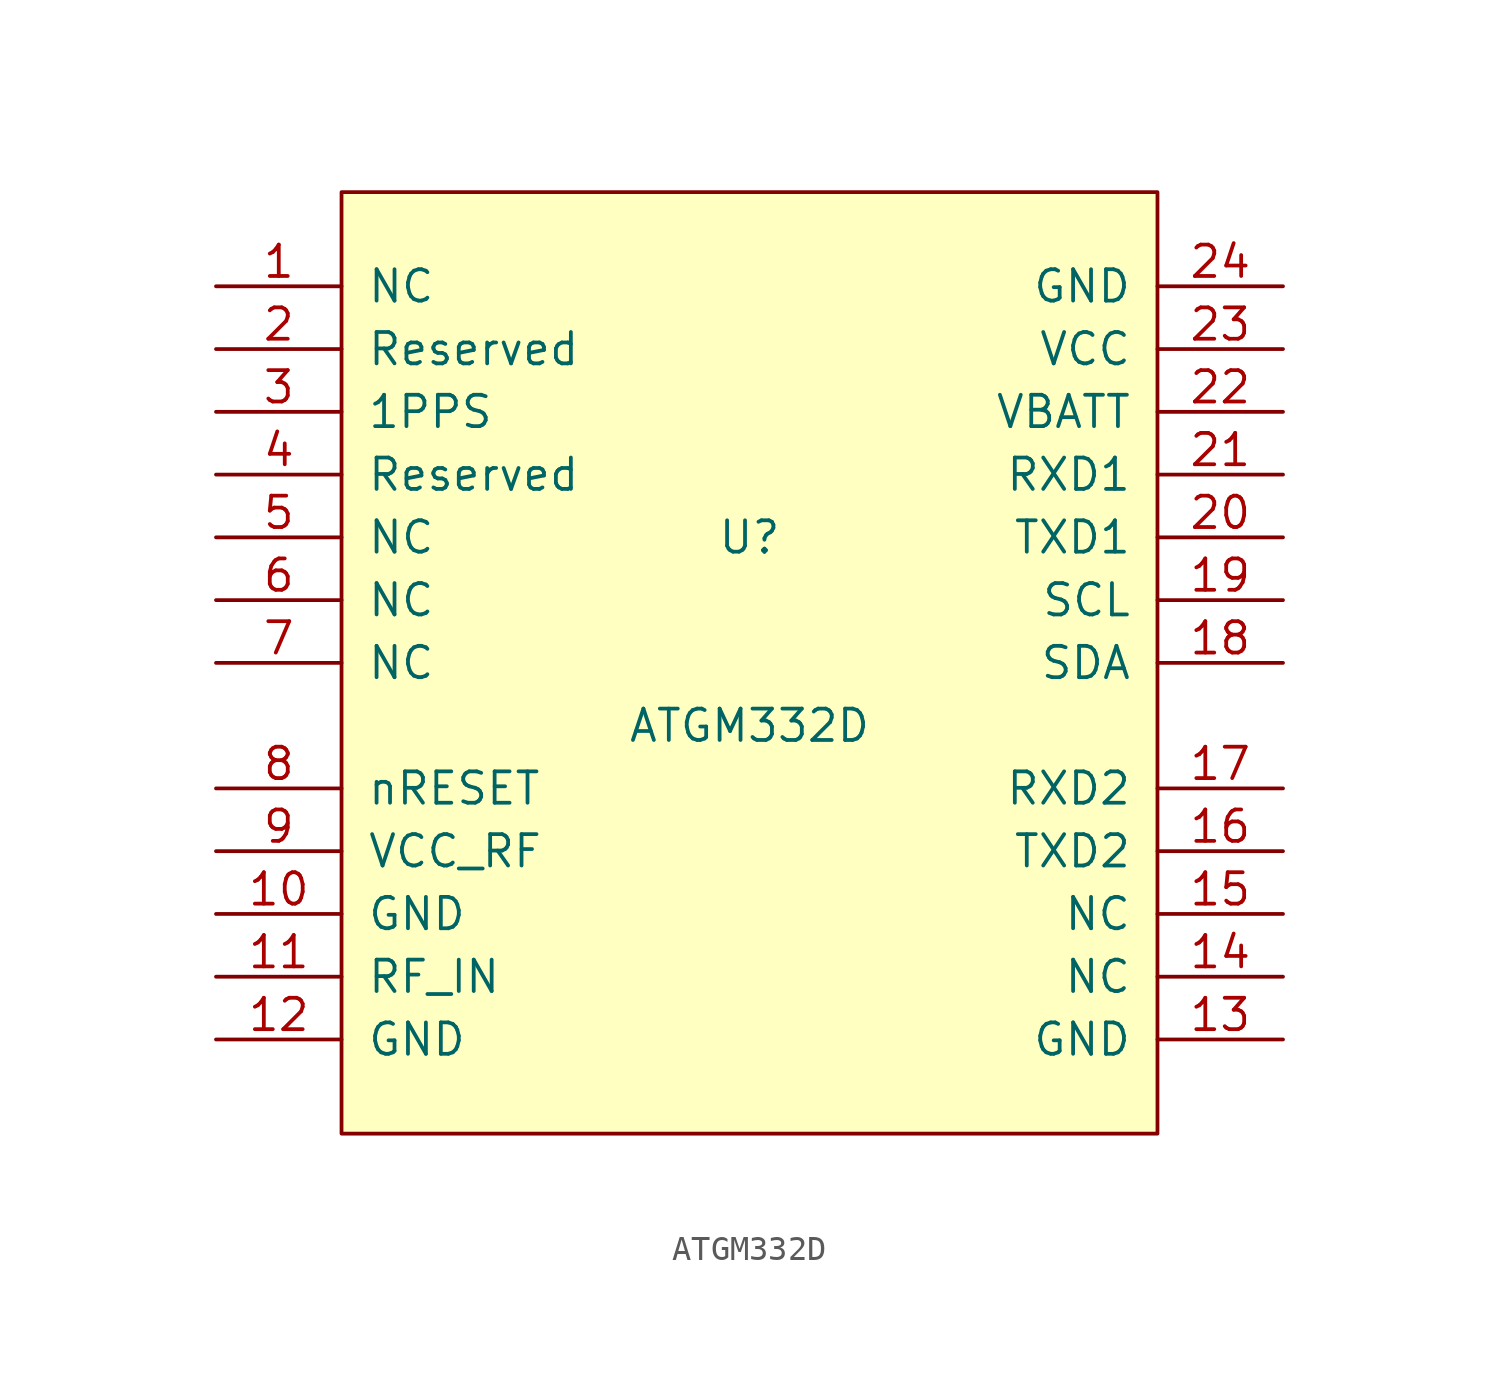
<source format=kicad_sym>
(kicad_symbol_lib
  (version 20211014)
  (generator kicad_symbol_editor)
  (symbol "ATGM332D"
    (pin_names
      (offset 1.016))
    (property "Reference" "U"
      (at 0 5.08 0)
      (effects (font (size 1.27 1.27))))
    (property "Value" "ATGM332D"
      (at 0 -2.54 0)
      (effects (font (size 1.27 1.27))))
    (symbol "ATGM332D_0_1"
      (rectangle (start -16.51 19.05) (end 16.51 -19.05) (stroke (width 0) (type default) (color 0 0 0 0)) (fill (type background))))
    (symbol "ATGM332D_1_1"
      (pin passive line (at -21.59 15.24 0) (length 5.08) (name "NC" (effects (font (size 1.27 1.27)))) (number "1" (effects (font (size 1.27 1.27)))))
      (pin power_in line (at -21.59 -10.16 0) (length 5.08) (name "GND" (effects (font (size 1.27 1.27)))) (number "10" (effects (font (size 1.27 1.27)))))
      (pin input line (at -21.59 -12.7 0) (length 5.08) (name "RF_IN" (effects (font (size 1.27 1.27)))) (number "11" (effects (font (size 1.27 1.27)))))
      (pin passive line (at -21.59 -15.24 0) (length 5.08) (name "GND" (effects (font (size 1.27 1.27)))) (number "12" (effects (font (size 1.27 1.27)))))
      (pin passive line (at 21.59 -15.24 180) (length 5.08) (name "GND" (effects (font (size 1.27 1.27)))) (number "13" (effects (font (size 1.27 1.27)))))
      (pin passive line (at 21.59 -12.7 180) (length 5.08) (name "NC" (effects (font (size 1.27 1.27)))) (number "14" (effects (font (size 1.27 1.27)))))
      (pin passive line (at 21.59 -10.16 180) (length 5.08) (name "NC" (effects (font (size 1.27 1.27)))) (number "15" (effects (font (size 1.27 1.27)))))
      (pin output line (at 21.59 -7.62 180) (length 5.08) (name "TXD2" (effects (font (size 1.27 1.27)))) (number "16" (effects (font (size 1.27 1.27)))))
      (pin input line (at 21.59 -5.08 180) (length 5.08) (name "RXD2" (effects (font (size 1.27 1.27)))) (number "17" (effects (font (size 1.27 1.27)))))
      (pin passive line (at 21.59 0 180) (length 5.08) (name "SDA" (effects (font (size 1.27 1.27)))) (number "18" (effects (font (size 1.27 1.27)))))
      (pin passive line (at 21.59 2.54 180) (length 5.08) (name "SCL" (effects (font (size 1.27 1.27)))) (number "19" (effects (font (size 1.27 1.27)))))
      (pin passive line (at -21.59 12.7 0) (length 5.08) (name "Reserved" (effects (font (size 1.27 1.27)))) (number "2" (effects (font (size 1.27 1.27)))))
      (pin output line (at 21.59 5.08 180) (length 5.08) (name "TXD1" (effects (font (size 1.27 1.27)))) (number "20" (effects (font (size 1.27 1.27)))))
      (pin input line (at 21.59 7.62 180) (length 5.08) (name "RXD1" (effects (font (size 1.27 1.27)))) (number "21" (effects (font (size 1.27 1.27)))))
      (pin power_in line (at 21.59 10.16 180) (length 5.08) (name "VBATT" (effects (font (size 1.27 1.27)))) (number "22" (effects (font (size 1.27 1.27)))))
      (pin power_in line (at 21.59 12.7 180) (length 5.08) (name "VCC" (effects (font (size 1.27 1.27)))) (number "23" (effects (font (size 1.27 1.27)))))
      (pin passive line (at 21.59 15.24 180) (length 5.08) (name "GND" (effects (font (size 1.27 1.27)))) (number "24" (effects (font (size 1.27 1.27)))))
      (pin passive line (at -21.59 10.16 0) (length 5.08) (name "1PPS" (effects (font (size 1.27 1.27)))) (number "3" (effects (font (size 1.27 1.27)))))
      (pin passive line (at -21.59 7.62 0) (length 5.08) (name "Reserved" (effects (font (size 1.27 1.27)))) (number "4" (effects (font (size 1.27 1.27)))))
      (pin passive line (at -21.59 5.08 0) (length 5.08) (name "NC" (effects (font (size 1.27 1.27)))) (number "5" (effects (font (size 1.27 1.27)))))
      (pin passive line (at -21.59 2.54 0) (length 5.08) (name "NC" (effects (font (size 1.27 1.27)))) (number "6" (effects (font (size 1.27 1.27)))))
      (pin passive line (at -21.59 0 0) (length 5.08) (name "NC" (effects (font (size 1.27 1.27)))) (number "7" (effects (font (size 1.27 1.27)))))
      (pin input line (at -21.59 -5.08 0) (length 5.08) (name "nRESET" (effects (font (size 1.27 1.27)))) (number "8" (effects (font (size 1.27 1.27)))))
      (pin power_in line (at -21.59 -7.62 0) (length 5.08) (name "VCC_RF" (effects (font (size 1.27 1.27)))) (number "9" (effects (font (size 1.27 1.27))))))))
</source>
